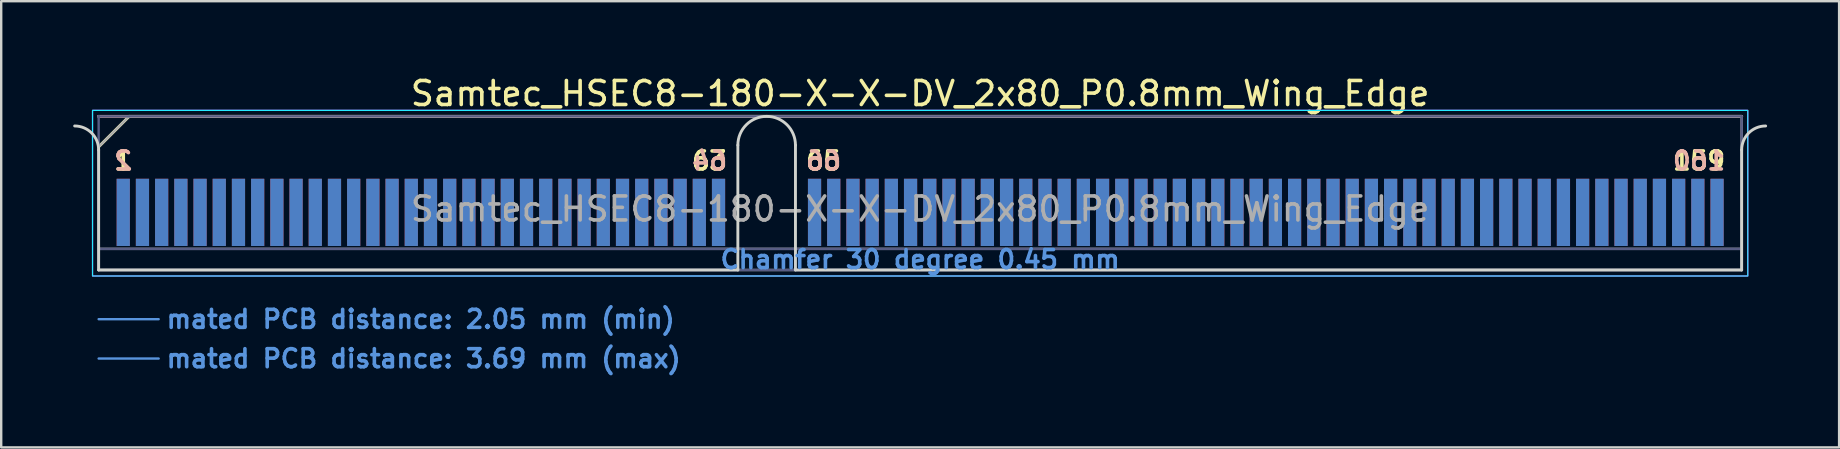
<source format=kicad_pcb>
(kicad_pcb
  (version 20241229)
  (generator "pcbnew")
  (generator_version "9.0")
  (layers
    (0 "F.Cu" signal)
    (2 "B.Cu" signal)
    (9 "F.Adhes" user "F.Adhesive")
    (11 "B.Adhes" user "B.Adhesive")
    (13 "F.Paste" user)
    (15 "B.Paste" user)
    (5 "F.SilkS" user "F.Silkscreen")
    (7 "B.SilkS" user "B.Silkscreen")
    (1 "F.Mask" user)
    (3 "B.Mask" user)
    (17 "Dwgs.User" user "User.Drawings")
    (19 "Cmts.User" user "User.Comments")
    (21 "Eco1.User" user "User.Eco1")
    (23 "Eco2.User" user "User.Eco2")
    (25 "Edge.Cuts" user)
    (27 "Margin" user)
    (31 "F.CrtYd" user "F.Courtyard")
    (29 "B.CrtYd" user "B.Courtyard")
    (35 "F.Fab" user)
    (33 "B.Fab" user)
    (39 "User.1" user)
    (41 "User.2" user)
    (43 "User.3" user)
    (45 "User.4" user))
  (footprint "Samtec_HSEC8-180-X-X-DV_2x80_P0.8mm_Wing_Edge"
    (layer "F.Cu")
    (at 35.285 8.198)
    (property "Reference" "Samtec_HSEC8-180-X-X-DV_2x80_P0.8mm_Wing_Edge" (at 0 -7.35 0) (layer "F.SilkS") (effects (font (size 1 1) (thickness 0.15))))
    (attr exclude_from_pos_files exclude_from_bom)
    (fp_line (start -34.225 -5.13) (end -32.955 -6.4) (stroke (width 0.12) (type solid)) (layer "F.SilkS"))
    (fp_line (start -32.955 -6.4) (end 34.225 -6.4) (stroke (width 0.12) (type solid)) (layer "F.SilkS"))
    (fp_line (start -34.225 -6.4) (end -34.225 -6.4) (stroke (width 0.12) (type solid)) (layer "B.SilkS"))
    (fp_line (start -34.225 -6.4) (end 34.225 -6.4) (stroke (width 0.12) (type solid)) (layer "B.SilkS"))
    (fp_line (start -34.225 2.05) (end -31.725 2.05) (stroke (width 0.1) (type solid)) (layer "Cmts.User"))
    (fp_line (start -34.225 3.69) (end -31.725 3.69) (stroke (width 0.1) (type solid)) (layer "Cmts.User"))
    (fp_line (start -34.225 -5) (end -34.225 0) (stroke (width 0.12) (type solid)) (layer "Edge.Cuts"))
    (fp_line (start -34.225 0) (end -7.595 0) (stroke (width 0.12) (type solid)) (layer "Edge.Cuts"))
    (fp_line (start -7.595 0) (end -7.595 -5.2) (stroke (width 0.12) (type solid)) (layer "Edge.Cuts"))
    (fp_line (start -5.195 -5.2) (end -5.195 0) (stroke (width 0.12) (type solid)) (layer "Edge.Cuts"))
    (fp_line (start -5.195 0) (end 34.225 0) (stroke (width 0.12) (type solid)) (layer "Edge.Cuts"))
    (fp_line (start 34.225 0) (end 34.225 -5) (stroke (width 0.12) (type solid)) (layer "Edge.Cuts"))
    (fp_arc (start -35.225 -6) (mid -34.517893 -5.707107) (end -34.225 -5) (stroke (width 0.12) (type solid)) (layer "Edge.Cuts"))
    (fp_arc (start -7.595 -5.2) (mid -6.395 -6.4) (end -5.195 -5.2) (stroke (width 0.12) (type solid)) (layer "Edge.Cuts"))
    (fp_arc (start 34.225 -5) (mid 34.517893 -5.707107) (end 35.225 -6) (stroke (width 0.12) (type solid)) (layer "Edge.Cuts"))
    (fp_rect (start -34.48 -6.65) (end 34.48 0.25) (stroke (width 0.05) (type solid)) (fill no) (layer "B.CrtYd"))
    (fp_rect (start -34.48 -6.65) (end 34.48 0.25) (stroke (width 0.05) (type solid)) (fill no) (layer "F.CrtYd"))
    (fp_line (start -34.225 -6.4) (end -34.225 -6.4) (stroke (width 0.1) (type solid)) (layer "B.Fab"))
    (fp_line (start -34.225 -6.4) (end -34.225 0) (stroke (width 0.1) (type solid)) (layer "B.Fab"))
    (fp_line (start -34.225 -6.4) (end 34.225 -6.4) (stroke (width 0.1) (type solid)) (layer "B.Fab"))
    (fp_line (start -34.225 -0.88) (end 34.225 -0.88) (stroke (width 0.1) (type solid)) (layer "B.Fab"))
    (fp_line (start -34.225 0) (end 34.225 0) (stroke (width 0.1) (type solid)) (layer "B.Fab"))
    (fp_line (start 34.225 -6.4) (end 34.225 0) (stroke (width 0.1) (type solid)) (layer "B.Fab"))
    (fp_line (start -34.225 -5.13) (end -34.225 0) (stroke (width 0.1) (type solid)) (layer "F.Fab"))
    (fp_line (start -34.225 -5.13) (end -32.955 -6.4) (stroke (width 0.1) (type solid)) (layer "F.Fab"))
    (fp_line (start -34.225 -0.88) (end 34.225 -0.88) (stroke (width 0.1) (type solid)) (layer "F.Fab"))
    (fp_line (start -34.225 0) (end 34.225 0) (stroke (width 0.1) (type solid)) (layer "F.Fab"))
    (fp_line (start -32.955 -6.4) (end 34.225 -6.4) (stroke (width 0.1) (type solid)) (layer "F.Fab"))
    (fp_line (start 34.225 -6.4) (end 34.225 0) (stroke (width 0.1) (type solid)) (layer "F.Fab"))
    (fp_text user "159" (at 32.45 -4.55 0) (layer "F.SilkS") (effects (font (size 0.75 0.75) (thickness 0.15))))
    (fp_text user "65" (at -4.025 -4.55 0) (layer "F.SilkS") (effects (font (size 0.75 0.75) (thickness 0.15))))
    (fp_text user "1" (at -33.2 -4.55 0) (layer "F.SilkS") (effects (font (size 0.75 0.75) (thickness 0.15))))
    (fp_text user "63" (at -8.775 -4.55 0) (layer "F.SilkS") (effects (font (size 0.75 0.75) (thickness 0.15))))
    (fp_text user "64" (at -8.775 -4.55 0) (layer "B.SilkS") (effects (font (size 0.75 0.75) (thickness 0.15)) (justify mirror)))
    (fp_text user "2" (at -33.2 -4.55 0) (layer "B.SilkS") (effects (font (size 0.75 0.75) (thickness 0.15)) (justify mirror)))
    (fp_text user "66" (at -4.025 -4.55 0) (layer "B.SilkS") (effects (font (size 0.75 0.75) (thickness 0.15)) (justify mirror)))
    (fp_text user "160" (at 32.45 -4.55 0) (layer "B.SilkS") (effects (font (size 0.75 0.75) (thickness 0.15)) (justify mirror)))
    (fp_text user "Chamfer 30 degree 0.45 mm" (at 0 -0.44 0) (layer "Cmts.User") (effects (font (size 0.75 0.75) (thickness 0.15))))
    (fp_text user "mated PCB distance: 3.69 mm (max)" (at -31.48 3.69 0) (layer "Cmts.User") (effects (font (size 0.75 0.75) (thickness 0.15)) (justify left)))
    (fp_text user "mated PCB distance: 2.05 mm (min)" (at -31.48 2.05 0) (layer "Cmts.User") (effects (font (size 0.75 0.75) (thickness 0.15)) (justify left)))
    (fp_text user "${REFERENCE}" (at 0 -2.54 0) (layer "F.Fab") (effects (font (size 1 1) (thickness 0.15))))
    (pad "1" connect rect (at -33.2 -2.4) (size 0.55 2.8) (layers "F.Cu" "F.Mask"))
    (pad "2" connect rect (at -33.2 -2.4) (size 0.55 2.8) (layers "B.Cu" "B.Mask"))
    (pad "3" connect rect (at -32.4 -2.4) (size 0.55 2.8) (layers "F.Cu" "F.Mask"))
    (pad "4" connect rect (at -32.4 -2.4) (size 0.55 2.8) (layers "B.Cu" "B.Mask"))
    (pad "5" connect rect (at -31.6 -2.4) (size 0.55 2.8) (layers "F.Cu" "F.Mask"))
    (pad "6" connect rect (at -31.6 -2.4) (size 0.55 2.8) (layers "B.Cu" "B.Mask"))
    (pad "7" connect rect (at -30.8 -2.4) (size 0.55 2.8) (layers "F.Cu" "F.Mask"))
    (pad "8" connect rect (at -30.8 -2.4) (size 0.55 2.8) (layers "B.Cu" "B.Mask"))
    (pad "9" connect rect (at -30 -2.4) (size 0.55 2.8) (layers "F.Cu" "F.Mask"))
    (pad "10" connect rect (at -30 -2.4) (size 0.55 2.8) (layers "B.Cu" "B.Mask"))
    (pad "11" connect rect (at -29.2 -2.4) (size 0.55 2.8) (layers "F.Cu" "F.Mask"))
    (pad "12" connect rect (at -29.2 -2.4) (size 0.55 2.8) (layers "B.Cu" "B.Mask"))
    (pad "13" connect rect (at -28.4 -2.4) (size 0.55 2.8) (layers "F.Cu" "F.Mask"))
    (pad "14" connect rect (at -28.4 -2.4) (size 0.55 2.8) (layers "B.Cu" "B.Mask"))
    (pad "15" connect rect (at -27.6 -2.4) (size 0.55 2.8) (layers "F.Cu" "F.Mask"))
    (pad "16" connect rect (at -27.6 -2.4) (size 0.55 2.8) (layers "B.Cu" "B.Mask"))
    (pad "17" connect rect (at -26.8 -2.4) (size 0.55 2.8) (layers "F.Cu" "F.Mask"))
    (pad "18" connect rect (at -26.8 -2.4) (size 0.55 2.8) (layers "B.Cu" "B.Mask"))
    (pad "19" connect rect (at -26 -2.4) (size 0.55 2.8) (layers "F.Cu" "F.Mask"))
    (pad "20" connect rect (at -26 -2.4) (size 0.55 2.8) (layers "B.Cu" "B.Mask"))
    (pad "21" connect rect (at -25.2 -2.4) (size 0.55 2.8) (layers "F.Cu" "F.Mask"))
    (pad "22" connect rect (at -25.2 -2.4) (size 0.55 2.8) (layers "B.Cu" "B.Mask"))
    (pad "23" connect rect (at -24.4 -2.4) (size 0.55 2.8) (layers "F.Cu" "F.Mask"))
    (pad "24" connect rect (at -24.4 -2.4) (size 0.55 2.8) (layers "B.Cu" "B.Mask"))
    (pad "25" connect rect (at -23.6 -2.4) (size 0.55 2.8) (layers "F.Cu" "F.Mask"))
    (pad "26" connect rect (at -23.6 -2.4) (size 0.55 2.8) (layers "B.Cu" "B.Mask"))
    (pad "27" connect rect (at -22.8 -2.4) (size 0.55 2.8) (layers "F.Cu" "F.Mask"))
    (pad "28" connect rect (at -22.8 -2.4) (size 0.55 2.8) (layers "B.Cu" "B.Mask"))
    (pad "29" connect rect (at -22 -2.4) (size 0.55 2.8) (layers "F.Cu" "F.Mask"))
    (pad "30" connect rect (at -22 -2.4) (size 0.55 2.8) (layers "B.Cu" "B.Mask"))
    (pad "31" connect rect (at -21.2 -2.4) (size 0.55 2.8) (layers "F.Cu" "F.Mask"))
    (pad "32" connect rect (at -21.2 -2.4) (size 0.55 2.8) (layers "B.Cu" "B.Mask"))
    (pad "33" connect rect (at -20.4 -2.4) (size 0.55 2.8) (layers "F.Cu" "F.Mask"))
    (pad "34" connect rect (at -20.4 -2.4) (size 0.55 2.8) (layers "B.Cu" "B.Mask"))
    (pad "35" connect rect (at -19.6 -2.4) (size 0.55 2.8) (layers "F.Cu" "F.Mask"))
    (pad "36" connect rect (at -19.6 -2.4) (size 0.55 2.8) (layers "B.Cu" "B.Mask"))
    (pad "37" connect rect (at -18.8 -2.4) (size 0.55 2.8) (layers "F.Cu" "F.Mask"))
    (pad "38" connect rect (at -18.8 -2.4) (size 0.55 2.8) (layers "B.Cu" "B.Mask"))
    (pad "39" connect rect (at -18 -2.4) (size 0.55 2.8) (layers "F.Cu" "F.Mask"))
    (pad "40" connect rect (at -18 -2.4) (size 0.55 2.8) (layers "B.Cu" "B.Mask"))
    (pad "41" connect rect (at -17.2 -2.4) (size 0.55 2.8) (layers "F.Cu" "F.Mask"))
    (pad "42" connect rect (at -17.2 -2.4) (size 0.55 2.8) (layers "B.Cu" "B.Mask"))
    (pad "43" connect rect (at -16.4 -2.4) (size 0.55 2.8) (layers "F.Cu" "F.Mask"))
    (pad "44" connect rect (at -16.4 -2.4) (size 0.55 2.8) (layers "B.Cu" "B.Mask"))
    (pad "45" connect rect (at -15.6 -2.4) (size 0.55 2.8) (layers "F.Cu" "F.Mask"))
    (pad "46" connect rect (at -15.6 -2.4) (size 0.55 2.8) (layers "B.Cu" "B.Mask"))
    (pad "47" connect rect (at -14.8 -2.4) (size 0.55 2.8) (layers "F.Cu" "F.Mask"))
    (pad "48" connect rect (at -14.8 -2.4) (size 0.55 2.8) (layers "B.Cu" "B.Mask"))
    (pad "49" connect rect (at -14 -2.4) (size 0.55 2.8) (layers "F.Cu" "F.Mask"))
    (pad "50" connect rect (at -14 -2.4) (size 0.55 2.8) (layers "B.Cu" "B.Mask"))
    (pad "51" connect rect (at -13.2 -2.4) (size 0.55 2.8) (layers "F.Cu" "F.Mask"))
    (pad "52" connect rect (at -13.2 -2.4) (size 0.55 2.8) (layers "B.Cu" "B.Mask"))
    (pad "53" connect rect (at -12.4 -2.4) (size 0.55 2.8) (layers "F.Cu" "F.Mask"))
    (pad "54" connect rect (at -12.4 -2.4) (size 0.55 2.8) (layers "B.Cu" "B.Mask"))
    (pad "55" connect rect (at -11.6 -2.4) (size 0.55 2.8) (layers "F.Cu" "F.Mask"))
    (pad "56" connect rect (at -11.6 -2.4) (size 0.55 2.8) (layers "B.Cu" "B.Mask"))
    (pad "57" connect rect (at -10.8 -2.4) (size 0.55 2.8) (layers "F.Cu" "F.Mask"))
    (pad "58" connect rect (at -10.8 -2.4) (size 0.55 2.8) (layers "B.Cu" "B.Mask"))
    (pad "59" connect rect (at -10 -2.4) (size 0.55 2.8) (layers "F.Cu" "F.Mask"))
    (pad "60" connect rect (at -10 -2.4) (size 0.55 2.8) (layers "B.Cu" "B.Mask"))
    (pad "61" connect rect (at -9.2 -2.4) (size 0.55 2.8) (layers "F.Cu" "F.Mask"))
    (pad "62" connect rect (at -9.2 -2.4) (size 0.55 2.8) (layers "B.Cu" "B.Mask"))
    (pad "63" connect rect (at -8.4 -2.4) (size 0.55 2.8) (layers "F.Cu" "F.Mask"))
    (pad "64" connect rect (at -8.4 -2.4) (size 0.55 2.8) (layers "B.Cu" "B.Mask"))
    (pad "65" connect rect (at -4.4 -2.4) (size 0.55 2.8) (layers "F.Cu" "F.Mask"))
    (pad "66" connect rect (at -4.4 -2.4) (size 0.55 2.8) (layers "B.Cu" "B.Mask"))
    (pad "67" connect rect (at -3.6 -2.4) (size 0.55 2.8) (layers "F.Cu" "F.Mask"))
    (pad "68" connect rect (at -3.6 -2.4) (size 0.55 2.8) (layers "B.Cu" "B.Mask"))
    (pad "69" connect rect (at -2.8 -2.4) (size 0.55 2.8) (layers "F.Cu" "F.Mask"))
    (pad "70" connect rect (at -2.8 -2.4) (size 0.55 2.8) (layers "B.Cu" "B.Mask"))
    (pad "71" connect rect (at -2 -2.4) (size 0.55 2.8) (layers "F.Cu" "F.Mask"))
    (pad "72" connect rect (at -2 -2.4) (size 0.55 2.8) (layers "B.Cu" "B.Mask"))
    (pad "73" connect rect (at -1.2 -2.4) (size 0.55 2.8) (layers "F.Cu" "F.Mask"))
    (pad "74" connect rect (at -1.2 -2.4) (size 0.55 2.8) (layers "B.Cu" "B.Mask"))
    (pad "75" connect rect (at -0.4 -2.4) (size 0.55 2.8) (layers "F.Cu" "F.Mask"))
    (pad "76" connect rect (at -0.4 -2.4) (size 0.55 2.8) (layers "B.Cu" "B.Mask"))
    (pad "77" connect rect (at 0.4 -2.4) (size 0.55 2.8) (layers "F.Cu" "F.Mask"))
    (pad "78" connect rect (at 0.4 -2.4) (size 0.55 2.8) (layers "B.Cu" "B.Mask"))
    (pad "79" connect rect (at 1.2 -2.4) (size 0.55 2.8) (layers "F.Cu" "F.Mask"))
    (pad "80" connect rect (at 1.2 -2.4) (size 0.55 2.8) (layers "B.Cu" "B.Mask"))
    (pad "81" connect rect (at 2 -2.4) (size 0.55 2.8) (layers "F.Cu" "F.Mask"))
    (pad "82" connect rect (at 2 -2.4) (size 0.55 2.8) (layers "B.Cu" "B.Mask"))
    (pad "83" connect rect (at 2.8 -2.4) (size 0.55 2.8) (layers "F.Cu" "F.Mask"))
    (pad "84" connect rect (at 2.8 -2.4) (size 0.55 2.8) (layers "B.Cu" "B.Mask"))
    (pad "85" connect rect (at 3.6 -2.4) (size 0.55 2.8) (layers "F.Cu" "F.Mask"))
    (pad "86" connect rect (at 3.6 -2.4) (size 0.55 2.8) (layers "B.Cu" "B.Mask"))
    (pad "87" connect rect (at 4.4 -2.4) (size 0.55 2.8) (layers "F.Cu" "F.Mask"))
    (pad "88" connect rect (at 4.4 -2.4) (size 0.55 2.8) (layers "B.Cu" "B.Mask"))
    (pad "89" connect rect (at 5.2 -2.4) (size 0.55 2.8) (layers "F.Cu" "F.Mask"))
    (pad "90" connect rect (at 5.2 -2.4) (size 0.55 2.8) (layers "B.Cu" "B.Mask"))
    (pad "91" connect rect (at 6 -2.4) (size 0.55 2.8) (layers "F.Cu" "F.Mask"))
    (pad "92" connect rect (at 6 -2.4) (size 0.55 2.8) (layers "B.Cu" "B.Mask"))
    (pad "93" connect rect (at 6.8 -2.4) (size 0.55 2.8) (layers "F.Cu" "F.Mask"))
    (pad "94" connect rect (at 6.8 -2.4) (size 0.55 2.8) (layers "B.Cu" "B.Mask"))
    (pad "95" connect rect (at 7.6 -2.4) (size 0.55 2.8) (layers "F.Cu" "F.Mask"))
    (pad "96" connect rect (at 7.6 -2.4) (size 0.55 2.8) (layers "B.Cu" "B.Mask"))
    (pad "97" connect rect (at 8.4 -2.4) (size 0.55 2.8) (layers "F.Cu" "F.Mask"))
    (pad "98" connect rect (at 8.4 -2.4) (size 0.55 2.8) (layers "B.Cu" "B.Mask"))
    (pad "99" connect rect (at 9.2 -2.4) (size 0.55 2.8) (layers "F.Cu" "F.Mask"))
    (pad "100" connect rect (at 9.2 -2.4) (size 0.55 2.8) (layers "B.Cu" "B.Mask"))
    (pad "101" connect rect (at 10 -2.4) (size 0.55 2.8) (layers "F.Cu" "F.Mask"))
    (pad "102" connect rect (at 10 -2.4) (size 0.55 2.8) (layers "B.Cu" "B.Mask"))
    (pad "103" connect rect (at 10.8 -2.4) (size 0.55 2.8) (layers "F.Cu" "F.Mask"))
    (pad "104" connect rect (at 10.8 -2.4) (size 0.55 2.8) (layers "B.Cu" "B.Mask"))
    (pad "105" connect rect (at 11.6 -2.4) (size 0.55 2.8) (layers "F.Cu" "F.Mask"))
    (pad "106" connect rect (at 11.6 -2.4) (size 0.55 2.8) (layers "B.Cu" "B.Mask"))
    (pad "107" connect rect (at 12.4 -2.4) (size 0.55 2.8) (layers "F.Cu" "F.Mask"))
    (pad "108" connect rect (at 12.4 -2.4) (size 0.55 2.8) (layers "B.Cu" "B.Mask"))
    (pad "109" connect rect (at 13.2 -2.4) (size 0.55 2.8) (layers "F.Cu" "F.Mask"))
    (pad "110" connect rect (at 13.2 -2.4) (size 0.55 2.8) (layers "B.Cu" "B.Mask"))
    (pad "111" connect rect (at 14 -2.4) (size 0.55 2.8) (layers "F.Cu" "F.Mask"))
    (pad "112" connect rect (at 14 -2.4) (size 0.55 2.8) (layers "B.Cu" "B.Mask"))
    (pad "113" connect rect (at 14.8 -2.4) (size 0.55 2.8) (layers "F.Cu" "F.Mask"))
    (pad "114" connect rect (at 14.8 -2.4) (size 0.55 2.8) (layers "B.Cu" "B.Mask"))
    (pad "115" connect rect (at 15.6 -2.4) (size 0.55 2.8) (layers "F.Cu" "F.Mask"))
    (pad "116" connect rect (at 15.6 -2.4) (size 0.55 2.8) (layers "B.Cu" "B.Mask"))
    (pad "117" connect rect (at 16.4 -2.4) (size 0.55 2.8) (layers "F.Cu" "F.Mask"))
    (pad "118" connect rect (at 16.4 -2.4) (size 0.55 2.8) (layers "B.Cu" "B.Mask"))
    (pad "119" connect rect (at 17.2 -2.4) (size 0.55 2.8) (layers "F.Cu" "F.Mask"))
    (pad "120" connect rect (at 17.2 -2.4) (size 0.55 2.8) (layers "B.Cu" "B.Mask"))
    (pad "121" connect rect (at 18 -2.4) (size 0.55 2.8) (layers "F.Cu" "F.Mask"))
    (pad "122" connect rect (at 18 -2.4) (size 0.55 2.8) (layers "B.Cu" "B.Mask"))
    (pad "123" connect rect (at 18.8 -2.4) (size 0.55 2.8) (layers "F.Cu" "F.Mask"))
    (pad "124" connect rect (at 18.8 -2.4) (size 0.55 2.8) (layers "B.Cu" "B.Mask"))
    (pad "125" connect rect (at 19.6 -2.4) (size 0.55 2.8) (layers "F.Cu" "F.Mask"))
    (pad "126" connect rect (at 19.6 -2.4) (size 0.55 2.8) (layers "B.Cu" "B.Mask"))
    (pad "127" connect rect (at 20.4 -2.4) (size 0.55 2.8) (layers "F.Cu" "F.Mask"))
    (pad "128" connect rect (at 20.4 -2.4) (size 0.55 2.8) (layers "B.Cu" "B.Mask"))
    (pad "129" connect rect (at 21.2 -2.4) (size 0.55 2.8) (layers "F.Cu" "F.Mask"))
    (pad "130" connect rect (at 21.2 -2.4) (size 0.55 2.8) (layers "B.Cu" "B.Mask"))
    (pad "131" connect rect (at 22 -2.4) (size 0.55 2.8) (layers "F.Cu" "F.Mask"))
    (pad "132" connect rect (at 22 -2.4) (size 0.55 2.8) (layers "B.Cu" "B.Mask"))
    (pad "133" connect rect (at 22.8 -2.4) (size 0.55 2.8) (layers "F.Cu" "F.Mask"))
    (pad "134" connect rect (at 22.8 -2.4) (size 0.55 2.8) (layers "B.Cu" "B.Mask"))
    (pad "135" connect rect (at 23.6 -2.4) (size 0.55 2.8) (layers "F.Cu" "F.Mask"))
    (pad "136" connect rect (at 23.6 -2.4) (size 0.55 2.8) (layers "B.Cu" "B.Mask"))
    (pad "137" connect rect (at 24.4 -2.4) (size 0.55 2.8) (layers "F.Cu" "F.Mask"))
    (pad "138" connect rect (at 24.4 -2.4) (size 0.55 2.8) (layers "B.Cu" "B.Mask"))
    (pad "139" connect rect (at 25.2 -2.4) (size 0.55 2.8) (layers "F.Cu" "F.Mask"))
    (pad "140" connect rect (at 25.2 -2.4) (size 0.55 2.8) (layers "B.Cu" "B.Mask"))
    (pad "141" connect rect (at 26 -2.4) (size 0.55 2.8) (layers "F.Cu" "F.Mask"))
    (pad "142" connect rect (at 26 -2.4) (size 0.55 2.8) (layers "B.Cu" "B.Mask"))
    (pad "143" connect rect (at 26.8 -2.4) (size 0.55 2.8) (layers "F.Cu" "F.Mask"))
    (pad "144" connect rect (at 26.8 -2.4) (size 0.55 2.8) (layers "B.Cu" "B.Mask"))
    (pad "145" connect rect (at 27.6 -2.4) (size 0.55 2.8) (layers "F.Cu" "F.Mask"))
    (pad "146" connect rect (at 27.6 -2.4) (size 0.55 2.8) (layers "B.Cu" "B.Mask"))
    (pad "147" connect rect (at 28.4 -2.4) (size 0.55 2.8) (layers "F.Cu" "F.Mask"))
    (pad "148" connect rect (at 28.4 -2.4) (size 0.55 2.8) (layers "B.Cu" "B.Mask"))
    (pad "149" connect rect (at 29.2 -2.4) (size 0.55 2.8) (layers "F.Cu" "F.Mask"))
    (pad "150" connect rect (at 29.2 -2.4) (size 0.55 2.8) (layers "B.Cu" "B.Mask"))
    (pad "151" connect rect (at 30 -2.4) (size 0.55 2.8) (layers "F.Cu" "F.Mask"))
    (pad "152" connect rect (at 30 -2.4) (size 0.55 2.8) (layers "B.Cu" "B.Mask"))
    (pad "153" connect rect (at 30.8 -2.4) (size 0.55 2.8) (layers "F.Cu" "F.Mask"))
    (pad "154" connect rect (at 30.8 -2.4) (size 0.55 2.8) (layers "B.Cu" "B.Mask"))
    (pad "155" connect rect (at 31.6 -2.4) (size 0.55 2.8) (layers "F.Cu" "F.Mask"))
    (pad "156" connect rect (at 31.6 -2.4) (size 0.55 2.8) (layers "B.Cu" "B.Mask"))
    (pad "157" connect rect (at 32.4 -2.4) (size 0.55 2.8) (layers "F.Cu" "F.Mask"))
    (pad "158" connect rect (at 32.4 -2.4) (size 0.55 2.8) (layers "B.Cu" "B.Mask"))
    (pad "159" connect rect (at 33.2 -2.4) (size 0.55 2.8) (layers "F.Cu" "F.Mask"))
    (pad "160" connect rect (at 33.2 -2.4) (size 0.55 2.8) (layers "B.Cu" "B.Mask")))
  (gr_rect
    (start -3 -3)
    (end 73.57 15.59)
    (stroke (width 0.1) (type default))
    (fill no)
    (layer "Edge.Cuts")))
</source>
